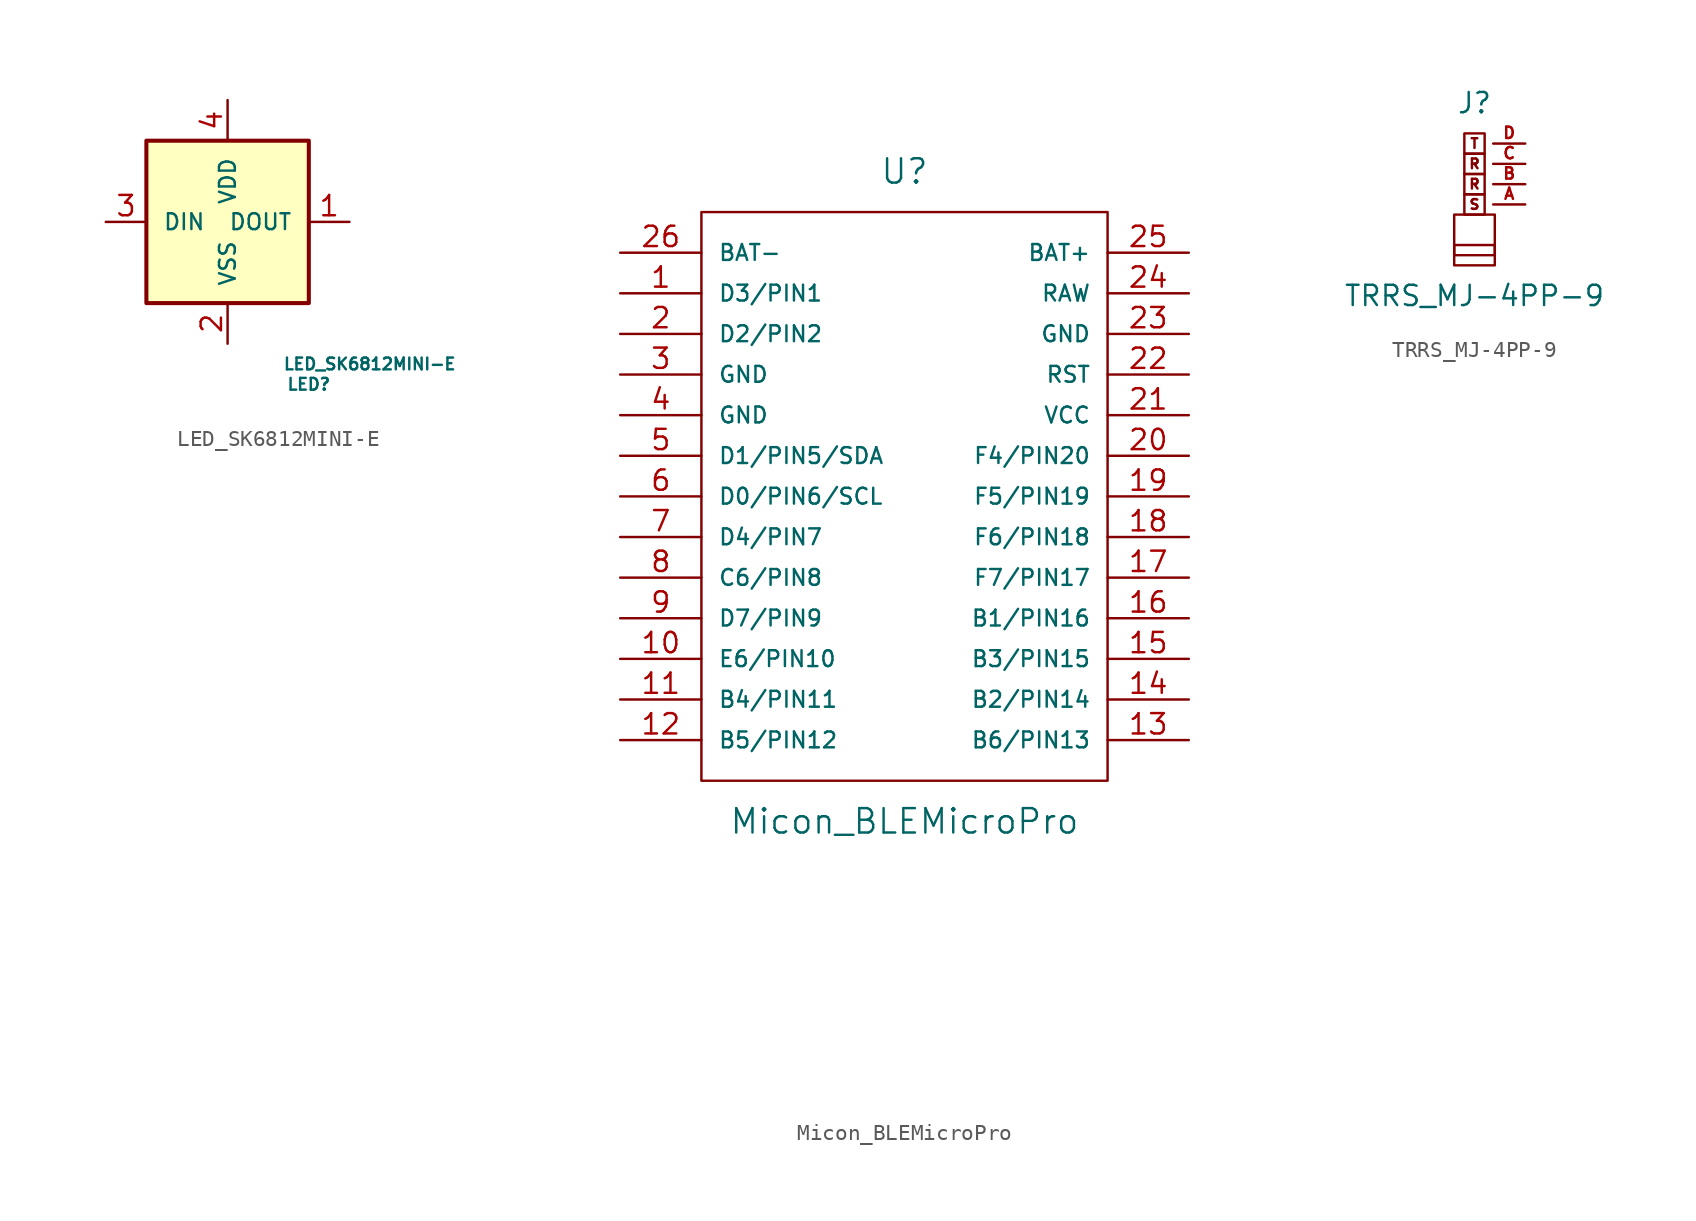
<source format=kicad_sym>
(kicad_symbol_lib
  (version 20231120)
  (generator "kicad_symbol_editor")
  (generator_version "8.0")
  (symbol "LED_SK6812MINI-E"
    (pin_names
      (offset 1.016))
    (property "Reference" "LED"
      (at 5.08 -10.16 0)
      (effects (font (size 0.737 0.737))))
    (property "Value" "LED_SK6812MINI-E"
      (at 8.89 -8.89 0)
      (effects (font (size 0.737 0.737))))
    (symbol "LED_SK6812MINI-E_0_1"
      (rectangle (start -5.08 5.08) (end 5.08 -5.08) (stroke (width 0.254) (type solid)) (fill (type background))))
    (symbol "LED_SK6812MINI-E_1_1"
      (pin output line (at 7.62 0 180) (length 2.54) (name "DOUT" (effects (font (size 0.991 0.991)))) (number "1" (effects (font (size 1.27 1.27)))))
      (pin power_in line (at 0 -7.62 90) (length 2.54) (name "VSS" (effects (font (size 0.991 0.991)))) (number "2" (effects (font (size 1.27 1.27)))))
      (pin input line (at -7.62 0 0) (length 2.54) (name "DIN" (effects (font (size 0.991 0.991)))) (number "3" (effects (font (size 1.27 1.27)))))
      (pin power_in line (at 0 7.62 270) (length 2.54) (name "VDD" (effects (font (size 0.991 0.991)))) (number "4" (effects (font (size 1.27 1.27)))))))
  (symbol "Micon_BLEMicroPro"
    (pin_names
      (offset 1.016))
    (property "Reference" "U"
      (at 0 26.67 0)
      (effects (font (size 1.524 1.524))))
    (property "Value" "Micon_BLEMicroPro"
      (at 0 -13.97 0)
      (effects (font (size 1.524 1.524))))
    (property "Footprint" ""
      (at 2.54 -26.67 0)
      (effects (font (size 1.524 1.524))))
    (property "Datasheet" ""
      (at 2.54 -26.67 0)
      (effects (font (size 1.524 1.524))))
    (symbol "Micon_BLEMicroPro_0_1"
      (rectangle (start 12.7 24.13) (end -12.7 -11.43) (stroke (width 0) (type solid)) (fill (type none))))
    (symbol "Micon_BLEMicroPro_1_1"
      (pin bidirectional line (at -17.78 19.05 0) (length 5.08) (name "D3/PIN1" (effects (font (size 0.991 0.991)))) (number "1" (effects (font (size 1.27 1.27)))))
      (pin bidirectional line (at -17.78 -3.81 0) (length 5.08) (name "E6/PIN10" (effects (font (size 0.991 0.991)))) (number "10" (effects (font (size 1.27 1.27)))))
      (pin bidirectional line (at -17.78 -6.35 0) (length 5.08) (name "B4/PIN11" (effects (font (size 0.991 0.991)))) (number "11" (effects (font (size 1.27 1.27)))))
      (pin bidirectional line (at -17.78 -8.89 0) (length 5.08) (name "B5/PIN12" (effects (font (size 0.991 0.991)))) (number "12" (effects (font (size 1.27 1.27)))))
      (pin bidirectional line (at 17.78 -8.89 180) (length 5.08) (name "B6/PIN13" (effects (font (size 0.991 0.991)))) (number "13" (effects (font (size 1.27 1.27)))))
      (pin bidirectional line (at 17.78 -6.35 180) (length 5.08) (name "B2/PIN14" (effects (font (size 0.991 0.991)))) (number "14" (effects (font (size 1.27 1.27)))))
      (pin bidirectional line (at 17.78 -3.81 180) (length 5.08) (name "B3/PIN15" (effects (font (size 0.991 0.991)))) (number "15" (effects (font (size 1.27 1.27)))))
      (pin bidirectional line (at 17.78 -1.27 180) (length 5.08) (name "B1/PIN16" (effects (font (size 0.991 0.991)))) (number "16" (effects (font (size 1.27 1.27)))))
      (pin bidirectional line (at 17.78 1.27 180) (length 5.08) (name "F7/PIN17" (effects (font (size 0.991 0.991)))) (number "17" (effects (font (size 1.27 1.27)))))
      (pin bidirectional line (at 17.78 3.81 180) (length 5.08) (name "F6/PIN18" (effects (font (size 0.991 0.991)))) (number "18" (effects (font (size 1.27 1.27)))))
      (pin bidirectional line (at 17.78 6.35 180) (length 5.08) (name "F5/PIN19" (effects (font (size 0.991 0.991)))) (number "19" (effects (font (size 1.27 1.27)))))
      (pin bidirectional line (at -17.78 16.51 0) (length 5.08) (name "D2/PIN2" (effects (font (size 0.991 0.991)))) (number "2" (effects (font (size 1.27 1.27)))))
      (pin bidirectional line (at 17.78 8.89 180) (length 5.08) (name "F4/PIN20" (effects (font (size 0.991 0.991)))) (number "20" (effects (font (size 1.27 1.27)))))
      (pin power_in line (at 17.78 11.43 180) (length 5.08) (name "VCC" (effects (font (size 0.991 0.991)))) (number "21" (effects (font (size 1.27 1.27)))))
      (pin input line (at 17.78 13.97 180) (length 5.08) (name "RST" (effects (font (size 0.991 0.991)))) (number "22" (effects (font (size 1.27 1.27)))))
      (pin power_in line (at 17.78 16.51 180) (length 5.08) (name "GND" (effects (font (size 0.991 0.991)))) (number "23" (effects (font (size 1.27 1.27)))))
      (pin power_out line (at 17.78 19.05 180) (length 5.08) (name "RAW" (effects (font (size 0.991 0.991)))) (number "24" (effects (font (size 1.27 1.27)))))
      (pin input line (at 17.78 21.59 180) (length 5.08) (name "BAT+" (effects (font (size 0.991 0.991)))) (number "25" (effects (font (size 1.27 1.27)))))
      (pin input line (at -17.78 21.59 0) (length 5.08) (name "BAT-" (effects (font (size 0.991 0.991)))) (number "26" (effects (font (size 1.27 1.27)))))
      (pin power_in line (at -17.78 13.97 0) (length 5.08) (name "GND" (effects (font (size 0.991 0.991)))) (number "3" (effects (font (size 1.27 1.27)))))
      (pin power_in line (at -17.78 11.43 0) (length 5.08) (name "GND" (effects (font (size 0.991 0.991)))) (number "4" (effects (font (size 1.27 1.27)))))
      (pin bidirectional line (at -17.78 8.89 0) (length 5.08) (name "D1/PIN5/SDA" (effects (font (size 0.991 0.991)))) (number "5" (effects (font (size 1.27 1.27)))))
      (pin bidirectional line (at -17.78 6.35 0) (length 5.08) (name "D0/PIN6/SCL" (effects (font (size 0.991 0.991)))) (number "6" (effects (font (size 1.27 1.27)))))
      (pin bidirectional line (at -17.78 3.81 0) (length 5.08) (name "D4/PIN7" (effects (font (size 0.991 0.991)))) (number "7" (effects (font (size 1.27 1.27)))))
      (pin bidirectional line (at -17.78 1.27 0) (length 5.08) (name "C6/PIN8" (effects (font (size 0.991 0.991)))) (number "8" (effects (font (size 1.27 1.27)))))
      (pin bidirectional line (at -17.78 -1.27 0) (length 5.08) (name "D7/PIN9" (effects (font (size 0.991 0.991)))) (number "9" (effects (font (size 1.27 1.27)))))))
  (symbol "TRRS_MJ-4PP-9"
    (pin_names
      (offset 1.016))
    (property "Reference" "J"
      (at 0 5.08 0)
      (effects (font (size 1.27 1.27))))
    (property "Value" "TRRS_MJ-4PP-9"
      (at 0 -6.985 0)
      (effects (font (size 1.27 1.27))))
    (symbol "TRRS_MJ-4PP-9_0_0"
      (text "R" (at 0 0 0) (effects (font (size 0.61 0.61))))
      (text "R" (at 0 1.27 0) (effects (font (size 0.61 0.61))))
      (text "S" (at 0 -1.27 0) (effects (font (size 0.61 0.61))))
      (text "T" (at 0 2.54 0) (effects (font (size 0.61 0.61)))))
    (symbol "TRRS_MJ-4PP-9_0_1"
      (rectangle (start -1.27 -3.81) (end 1.27 -4.445) (stroke (width 0) (type solid)) (fill (type none)))
      (rectangle (start -1.27 -1.905) (end 1.27 -5.08) (stroke (width 0) (type solid)) (fill (type none)))
      (rectangle (start -0.635 -0.635) (end 0.635 -1.905) (stroke (width 0) (type solid)) (fill (type none)))
      (rectangle (start -0.635 0.635) (end 0.635 -0.635) (stroke (width 0) (type solid)) (fill (type none)))
      (rectangle (start -0.635 1.905) (end 0.635 0.635) (stroke (width 0) (type solid)) (fill (type none)))
      (rectangle (start -0.635 3.175) (end 0.635 1.905) (stroke (width 0) (type solid)) (fill (type none))))
    (symbol "TRRS_MJ-4PP-9_1_1"
      (pin input line (at 3.175 -1.27 180) (length 2.007) (name "~" (effects (font (size 0.508 0.508)))) (number "A" (effects (font (size 0.711 0.711)))))
      (pin input line (at 3.175 0 180) (length 2.007) (name "~" (effects (font (size 0.508 0.508)))) (number "B" (effects (font (size 0.711 0.711)))))
      (pin input line (at 3.175 1.27 180) (length 2.007) (name "~" (effects (font (size 0.508 0.508)))) (number "C" (effects (font (size 0.711 0.711)))))
      (pin input line (at 3.175 2.54 180) (length 2.007) (name "~" (effects (font (size 0.508 0.508)))) (number "D" (effects (font (size 0.711 0.711))))))))
</source>
